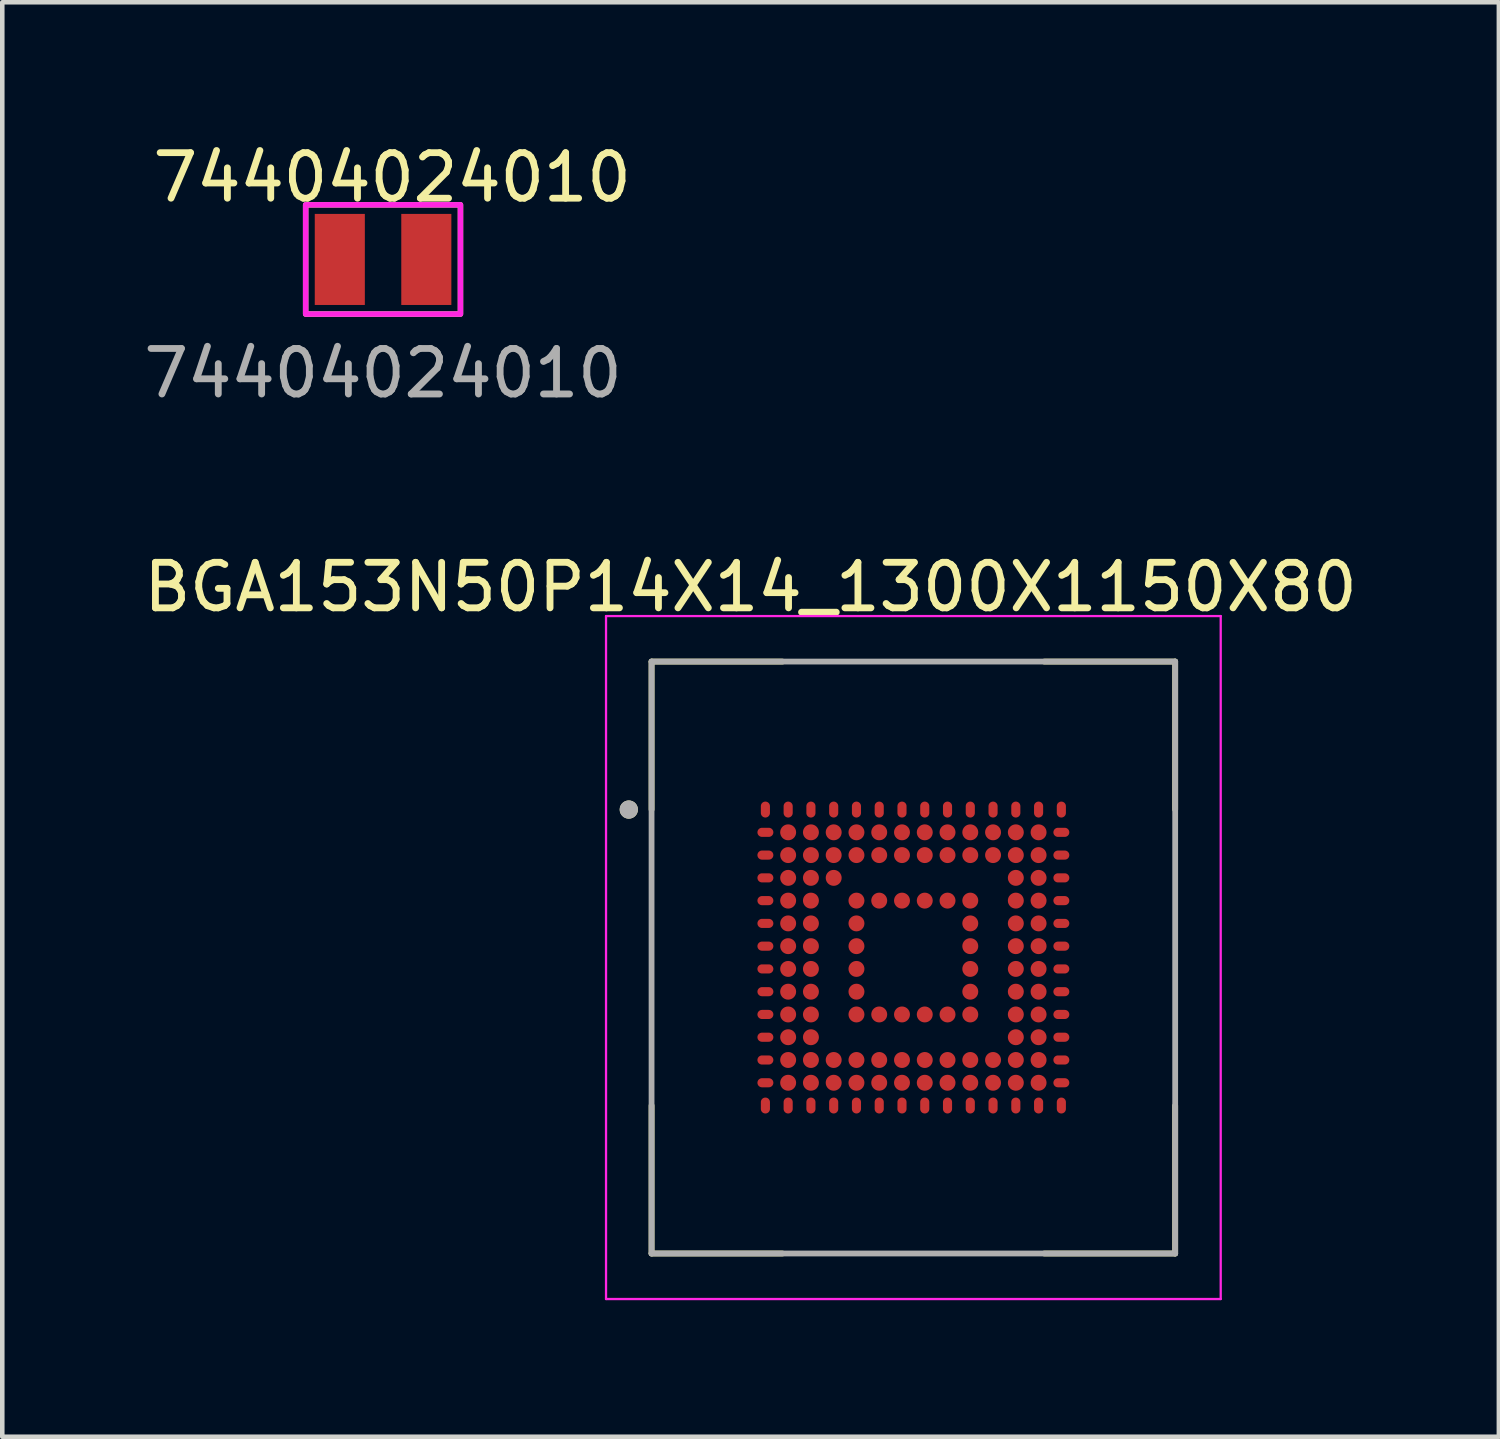
<source format=kicad_pcb>
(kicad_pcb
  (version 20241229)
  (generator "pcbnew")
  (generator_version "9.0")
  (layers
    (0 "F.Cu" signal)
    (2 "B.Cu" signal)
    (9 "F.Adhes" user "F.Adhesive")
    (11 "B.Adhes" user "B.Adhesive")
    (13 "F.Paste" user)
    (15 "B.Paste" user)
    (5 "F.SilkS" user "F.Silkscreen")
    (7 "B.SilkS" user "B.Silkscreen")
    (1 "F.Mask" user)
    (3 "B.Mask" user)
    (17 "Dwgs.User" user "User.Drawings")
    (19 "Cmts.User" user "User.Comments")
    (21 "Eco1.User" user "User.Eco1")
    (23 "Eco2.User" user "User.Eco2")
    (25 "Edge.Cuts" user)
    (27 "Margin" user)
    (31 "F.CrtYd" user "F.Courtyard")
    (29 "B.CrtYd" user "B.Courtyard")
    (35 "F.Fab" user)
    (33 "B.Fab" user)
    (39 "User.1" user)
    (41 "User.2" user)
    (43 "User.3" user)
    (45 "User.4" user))
  (footprint "BGA153N50P14X14_1300X1150X80"
    (layer "F.Cu")
    (at 17.01 17.98)
    (property "Reference" "BGA153N50P14X14_1300X1150X80" (at -3.575 -8.135 0) (layer "F.SilkS") (effects (font (size 1 1) (thickness 0.15))))
    (attr through_hole)
    (fp_line (start -5.75 -6.5) (end -5.75 -3.25) (stroke (width 0.127) (type solid)) (layer "F.SilkS"))
    (fp_line (start -5.75 -6.5) (end -2.875 -6.5) (stroke (width 0.127) (type solid)) (layer "F.SilkS"))
    (fp_line (start -5.75 6.5) (end -5.75 3.25) (stroke (width 0.127) (type solid)) (layer "F.SilkS"))
    (fp_line (start -5.75 6.5) (end -2.875 6.5) (stroke (width 0.127) (type solid)) (layer "F.SilkS"))
    (fp_line (start 5.75 -6.5) (end 2.875 -6.5) (stroke (width 0.127) (type solid)) (layer "F.SilkS"))
    (fp_line (start 5.75 -6.5) (end 5.75 -3.25) (stroke (width 0.127) (type solid)) (layer "F.SilkS"))
    (fp_line (start 5.75 6.5) (end 2.875 6.5) (stroke (width 0.127) (type solid)) (layer "F.SilkS"))
    (fp_line (start 5.75 6.5) (end 5.75 3.25) (stroke (width 0.127) (type solid)) (layer "F.SilkS"))
    (fp_circle (center -6.25 -3.25) (end -6.15 -3.25) (stroke (width 0.2) (type solid)) (fill no) (layer "F.SilkS"))
    (fp_line (start -6.75 -7.5) (end 6.75 -7.5) (stroke (width 0.05) (type solid)) (layer "F.CrtYd"))
    (fp_line (start -6.75 7.5) (end -6.75 -7.5) (stroke (width 0.05) (type solid)) (layer "F.CrtYd"))
    (fp_line (start -6.75 7.5) (end 6.75 7.5) (stroke (width 0.05) (type solid)) (layer "F.CrtYd"))
    (fp_line (start 6.75 7.5) (end 6.75 -7.5) (stroke (width 0.05) (type solid)) (layer "F.CrtYd"))
    (fp_line (start -5.75 6.5) (end -5.75 -6.5) (stroke (width 0.127) (type solid)) (layer "F.Fab"))
    (fp_line (start 5.75 -6.5) (end -5.75 -6.5) (stroke (width 0.127) (type solid)) (layer "F.Fab"))
    (fp_line (start 5.75 6.5) (end -5.75 6.5) (stroke (width 0.127) (type solid)) (layer "F.Fab"))
    (fp_line (start 5.75 6.5) (end 5.75 -6.5) (stroke (width 0.127) (type solid)) (layer "F.Fab"))
    (fp_circle (center -6.25 -3.25) (end -6.15 -3.25) (stroke (width 0.2) (type solid)) (fill no) (layer "F.Fab"))
    (pad "A1" smd oval (at -3.25 -3.25) (size 0.2 0.35) (layers "F.Cu" "F.Mask" "F.Paste"))
    (pad "A2" smd oval (at -2.75 -3.25) (size 0.2 0.35) (layers "F.Cu" "F.Mask" "F.Paste"))
    (pad "A3" smd oval (at -2.25 -3.25) (size 0.2 0.35) (layers "F.Cu" "F.Mask" "F.Paste"))
    (pad "A4" smd oval (at -1.75 -3.25) (size 0.2 0.35) (layers "F.Cu" "F.Mask" "F.Paste"))
    (pad "A5" smd oval (at -1.25 -3.25) (size 0.2 0.35) (layers "F.Cu" "F.Mask" "F.Paste"))
    (pad "A6" smd oval (at -0.75 -3.25) (size 0.2 0.35) (layers "F.Cu" "F.Mask" "F.Paste"))
    (pad "A7" smd oval (at -0.25 -3.25) (size 0.2 0.35) (layers "F.Cu" "F.Mask" "F.Paste"))
    (pad "A8" smd oval (at 0.25 -3.25) (size 0.2 0.35) (layers "F.Cu" "F.Mask" "F.Paste"))
    (pad "A9" smd oval (at 0.75 -3.25) (size 0.2 0.35) (layers "F.Cu" "F.Mask" "F.Paste"))
    (pad "A10" smd oval (at 1.25 -3.25) (size 0.2 0.35) (layers "F.Cu" "F.Mask" "F.Paste"))
    (pad "A11" smd oval (at 1.75 -3.25) (size 0.2 0.35) (layers "F.Cu" "F.Mask" "F.Paste"))
    (pad "A12" smd oval (at 2.25 -3.25) (size 0.2 0.35) (layers "F.Cu" "F.Mask" "F.Paste"))
    (pad "A13" smd oval (at 2.75 -3.25) (size 0.2 0.35) (layers "F.Cu" "F.Mask" "F.Paste"))
    (pad "A14" smd oval (at 3.25 -3.25) (size 0.2 0.35) (layers "F.Cu" "F.Mask" "F.Paste"))
    (pad "B1" smd oval (at -3.25 -2.75 90) (size 0.2 0.35) (layers "F.Cu" "F.Mask" "F.Paste"))
    (pad "B2" smd circle (at -2.75 -2.75) (size 0.35 0.35) (layers "F.Cu" "F.Mask" "F.Paste"))
    (pad "B3" smd circle (at -2.25 -2.75) (size 0.35 0.35) (layers "F.Cu" "F.Mask" "F.Paste"))
    (pad "B4" smd circle (at -1.75 -2.75) (size 0.35 0.35) (layers "F.Cu" "F.Mask" "F.Paste"))
    (pad "B5" smd circle (at -1.25 -2.75) (size 0.35 0.35) (layers "F.Cu" "F.Mask" "F.Paste"))
    (pad "B6" smd circle (at -0.75 -2.75) (size 0.35 0.35) (layers "F.Cu" "F.Mask" "F.Paste"))
    (pad "B7" smd circle (at -0.25 -2.75) (size 0.35 0.35) (layers "F.Cu" "F.Mask" "F.Paste"))
    (pad "B8" smd circle (at 0.25 -2.75) (size 0.35 0.35) (layers "F.Cu" "F.Mask" "F.Paste"))
    (pad "B9" smd circle (at 0.75 -2.75) (size 0.35 0.35) (layers "F.Cu" "F.Mask" "F.Paste"))
    (pad "B10" smd circle (at 1.25 -2.75) (size 0.35 0.35) (layers "F.Cu" "F.Mask" "F.Paste"))
    (pad "B11" smd circle (at 1.75 -2.75) (size 0.35 0.35) (layers "F.Cu" "F.Mask" "F.Paste"))
    (pad "B12" smd circle (at 2.25 -2.75) (size 0.35 0.35) (layers "F.Cu" "F.Mask" "F.Paste"))
    (pad "B13" smd circle (at 2.75 -2.75) (size 0.35 0.35) (layers "F.Cu" "F.Mask" "F.Paste"))
    (pad "B14" smd oval (at 3.25 -2.75 90) (size 0.2 0.35) (layers "F.Cu" "F.Mask" "F.Paste"))
    (pad "C1" smd oval (at -3.25 -2.25 90) (size 0.2 0.35) (layers "F.Cu" "F.Mask" "F.Paste"))
    (pad "C2" smd circle (at -2.75 -2.25) (size 0.35 0.35) (layers "F.Cu" "F.Mask" "F.Paste"))
    (pad "C3" smd circle (at -2.25 -2.25) (size 0.35 0.35) (layers "F.Cu" "F.Mask" "F.Paste"))
    (pad "C4" smd circle (at -1.75 -2.25) (size 0.35 0.35) (layers "F.Cu" "F.Mask" "F.Paste"))
    (pad "C5" smd circle (at -1.25 -2.25) (size 0.35 0.35) (layers "F.Cu" "F.Mask" "F.Paste"))
    (pad "C6" smd circle (at -0.75 -2.25) (size 0.35 0.35) (layers "F.Cu" "F.Mask" "F.Paste"))
    (pad "C7" smd circle (at -0.25 -2.25) (size 0.35 0.35) (layers "F.Cu" "F.Mask" "F.Paste"))
    (pad "C8" smd circle (at 0.25 -2.25) (size 0.35 0.35) (layers "F.Cu" "F.Mask" "F.Paste"))
    (pad "C9" smd circle (at 0.75 -2.25) (size 0.35 0.35) (layers "F.Cu" "F.Mask" "F.Paste"))
    (pad "C10" smd circle (at 1.25 -2.25) (size 0.35 0.35) (layers "F.Cu" "F.Mask" "F.Paste"))
    (pad "C11" smd circle (at 1.75 -2.25) (size 0.35 0.35) (layers "F.Cu" "F.Mask" "F.Paste"))
    (pad "C12" smd circle (at 2.25 -2.25) (size 0.35 0.35) (layers "F.Cu" "F.Mask" "F.Paste"))
    (pad "C13" smd circle (at 2.75 -2.25) (size 0.35 0.35) (layers "F.Cu" "F.Mask" "F.Paste"))
    (pad "C14" smd oval (at 3.25 -2.25 90) (size 0.2 0.35) (layers "F.Cu" "F.Mask" "F.Paste"))
    (pad "D1" smd oval (at -3.25 -1.75 90) (size 0.2 0.35) (layers "F.Cu" "F.Mask" "F.Paste"))
    (pad "D2" smd circle (at -2.75 -1.75) (size 0.35 0.35) (layers "F.Cu" "F.Mask" "F.Paste"))
    (pad "D3" smd circle (at -2.25 -1.75) (size 0.35 0.35) (layers "F.Cu" "F.Mask" "F.Paste"))
    (pad "D4" smd circle (at -1.75 -1.75) (size 0.35 0.35) (layers "F.Cu" "F.Mask" "F.Paste"))
    (pad "D12" smd circle (at 2.25 -1.75) (size 0.35 0.35) (layers "F.Cu" "F.Mask" "F.Paste"))
    (pad "D13" smd circle (at 2.75 -1.75) (size 0.35 0.35) (layers "F.Cu" "F.Mask" "F.Paste"))
    (pad "D14" smd oval (at 3.25 -1.75 90) (size 0.2 0.35) (layers "F.Cu" "F.Mask" "F.Paste"))
    (pad "E1" smd oval (at -3.25 -1.25 90) (size 0.2 0.35) (layers "F.Cu" "F.Mask" "F.Paste"))
    (pad "E2" smd circle (at -2.75 -1.25) (size 0.35 0.35) (layers "F.Cu" "F.Mask" "F.Paste"))
    (pad "E3" smd circle (at -2.25 -1.25) (size 0.35 0.35) (layers "F.Cu" "F.Mask" "F.Paste"))
    (pad "E5" smd circle (at -1.25 -1.25) (size 0.35 0.35) (layers "F.Cu" "F.Mask" "F.Paste"))
    (pad "E6" smd circle (at -0.75 -1.25) (size 0.35 0.35) (layers "F.Cu" "F.Mask" "F.Paste"))
    (pad "E7" smd circle (at -0.25 -1.25) (size 0.35 0.35) (layers "F.Cu" "F.Mask" "F.Paste"))
    (pad "E8" smd circle (at 0.25 -1.25) (size 0.35 0.35) (layers "F.Cu" "F.Mask" "F.Paste"))
    (pad "E9" smd circle (at 0.75 -1.25) (size 0.35 0.35) (layers "F.Cu" "F.Mask" "F.Paste"))
    (pad "E10" smd circle (at 1.25 -1.25) (size 0.35 0.35) (layers "F.Cu" "F.Mask" "F.Paste"))
    (pad "E12" smd circle (at 2.25 -1.25) (size 0.35 0.35) (layers "F.Cu" "F.Mask" "F.Paste"))
    (pad "E13" smd circle (at 2.75 -1.25) (size 0.35 0.35) (layers "F.Cu" "F.Mask" "F.Paste"))
    (pad "E14" smd oval (at 3.25 -1.25 90) (size 0.2 0.35) (layers "F.Cu" "F.Mask" "F.Paste"))
    (pad "F1" smd oval (at -3.25 -0.75 90) (size 0.2 0.35) (layers "F.Cu" "F.Mask" "F.Paste"))
    (pad "F2" smd circle (at -2.75 -0.75) (size 0.35 0.35) (layers "F.Cu" "F.Mask" "F.Paste"))
    (pad "F3" smd circle (at -2.25 -0.75) (size 0.35 0.35) (layers "F.Cu" "F.Mask" "F.Paste"))
    (pad "F5" smd circle (at -1.25 -0.75) (size 0.35 0.35) (layers "F.Cu" "F.Mask" "F.Paste"))
    (pad "F10" smd circle (at 1.25 -0.75) (size 0.35 0.35) (layers "F.Cu" "F.Mask" "F.Paste"))
    (pad "F12" smd circle (at 2.25 -0.75) (size 0.35 0.35) (layers "F.Cu" "F.Mask" "F.Paste"))
    (pad "F13" smd circle (at 2.75 -0.75) (size 0.35 0.35) (layers "F.Cu" "F.Mask" "F.Paste"))
    (pad "F14" smd oval (at 3.25 -0.75 90) (size 0.2 0.35) (layers "F.Cu" "F.Mask" "F.Paste"))
    (pad "G1" smd oval (at -3.25 -0.25 90) (size 0.2 0.35) (layers "F.Cu" "F.Mask" "F.Paste"))
    (pad "G2" smd circle (at -2.75 -0.25) (size 0.35 0.35) (layers "F.Cu" "F.Mask" "F.Paste"))
    (pad "G3" smd circle (at -2.25 -0.25) (size 0.35 0.35) (layers "F.Cu" "F.Mask" "F.Paste"))
    (pad "G5" smd circle (at -1.25 -0.25) (size 0.35 0.35) (layers "F.Cu" "F.Mask" "F.Paste"))
    (pad "G10" smd circle (at 1.25 -0.25) (size 0.35 0.35) (layers "F.Cu" "F.Mask" "F.Paste"))
    (pad "G12" smd circle (at 2.25 -0.25) (size 0.35 0.35) (layers "F.Cu" "F.Mask" "F.Paste"))
    (pad "G13" smd circle (at 2.75 -0.25) (size 0.35 0.35) (layers "F.Cu" "F.Mask" "F.Paste"))
    (pad "G14" smd oval (at 3.25 -0.25 90) (size 0.2 0.35) (layers "F.Cu" "F.Mask" "F.Paste"))
    (pad "H1" smd oval (at -3.25 0.25 90) (size 0.2 0.35) (layers "F.Cu" "F.Mask" "F.Paste"))
    (pad "H2" smd circle (at -2.75 0.25) (size 0.35 0.35) (layers "F.Cu" "F.Mask" "F.Paste"))
    (pad "H3" smd circle (at -2.25 0.25) (size 0.35 0.35) (layers "F.Cu" "F.Mask" "F.Paste"))
    (pad "H5" smd circle (at -1.25 0.25) (size 0.35 0.35) (layers "F.Cu" "F.Mask" "F.Paste"))
    (pad "H10" smd circle (at 1.25 0.25) (size 0.35 0.35) (layers "F.Cu" "F.Mask" "F.Paste"))
    (pad "H12" smd circle (at 2.25 0.25) (size 0.35 0.35) (layers "F.Cu" "F.Mask" "F.Paste"))
    (pad "H13" smd circle (at 2.75 0.25) (size 0.35 0.35) (layers "F.Cu" "F.Mask" "F.Paste"))
    (pad "H14" smd oval (at 3.25 0.25 90) (size 0.2 0.35) (layers "F.Cu" "F.Mask" "F.Paste"))
    (pad "J1" smd oval (at -3.25 0.75 90) (size 0.2 0.35) (layers "F.Cu" "F.Mask" "F.Paste"))
    (pad "J2" smd circle (at -2.75 0.75) (size 0.35 0.35) (layers "F.Cu" "F.Mask" "F.Paste"))
    (pad "J3" smd circle (at -2.25 0.75) (size 0.35 0.35) (layers "F.Cu" "F.Mask" "F.Paste"))
    (pad "J5" smd circle (at -1.25 0.75) (size 0.35 0.35) (layers "F.Cu" "F.Mask" "F.Paste"))
    (pad "J10" smd circle (at 1.25 0.75) (size 0.35 0.35) (layers "F.Cu" "F.Mask" "F.Paste"))
    (pad "J12" smd circle (at 2.25 0.75) (size 0.35 0.35) (layers "F.Cu" "F.Mask" "F.Paste"))
    (pad "J13" smd circle (at 2.75 0.75) (size 0.35 0.35) (layers "F.Cu" "F.Mask" "F.Paste"))
    (pad "J14" smd oval (at 3.25 0.75 90) (size 0.2 0.35) (layers "F.Cu" "F.Mask" "F.Paste"))
    (pad "K1" smd oval (at -3.25 1.25 90) (size 0.2 0.35) (layers "F.Cu" "F.Mask" "F.Paste"))
    (pad "K2" smd circle (at -2.75 1.25) (size 0.35 0.35) (layers "F.Cu" "F.Mask" "F.Paste"))
    (pad "K3" smd circle (at -2.25 1.25) (size 0.35 0.35) (layers "F.Cu" "F.Mask" "F.Paste"))
    (pad "K5" smd circle (at -1.25 1.25) (size 0.35 0.35) (layers "F.Cu" "F.Mask" "F.Paste"))
    (pad "K6" smd circle (at -0.75 1.25) (size 0.35 0.35) (layers "F.Cu" "F.Mask" "F.Paste"))
    (pad "K7" smd circle (at -0.25 1.25) (size 0.35 0.35) (layers "F.Cu" "F.Mask" "F.Paste"))
    (pad "K8" smd circle (at 0.25 1.25) (size 0.35 0.35) (layers "F.Cu" "F.Mask" "F.Paste"))
    (pad "K9" smd circle (at 0.75 1.25) (size 0.35 0.35) (layers "F.Cu" "F.Mask" "F.Paste"))
    (pad "K10" smd circle (at 1.25 1.25) (size 0.35 0.35) (layers "F.Cu" "F.Mask" "F.Paste"))
    (pad "K12" smd circle (at 2.25 1.25) (size 0.35 0.35) (layers "F.Cu" "F.Mask" "F.Paste"))
    (pad "K13" smd circle (at 2.75 1.25) (size 0.35 0.35) (layers "F.Cu" "F.Mask" "F.Paste"))
    (pad "K14" smd oval (at 3.25 1.25 90) (size 0.2 0.35) (layers "F.Cu" "F.Mask" "F.Paste"))
    (pad "L1" smd oval (at -3.25 1.75 90) (size 0.2 0.35) (layers "F.Cu" "F.Mask" "F.Paste"))
    (pad "L2" smd circle (at -2.75 1.75) (size 0.35 0.35) (layers "F.Cu" "F.Mask" "F.Paste"))
    (pad "L3" smd circle (at -2.25 1.75) (size 0.35 0.35) (layers "F.Cu" "F.Mask" "F.Paste"))
    (pad "L12" smd circle (at 2.25 1.75) (size 0.35 0.35) (layers "F.Cu" "F.Mask" "F.Paste"))
    (pad "L13" smd circle (at 2.75 1.75) (size 0.35 0.35) (layers "F.Cu" "F.Mask" "F.Paste"))
    (pad "L14" smd oval (at 3.25 1.75 90) (size 0.2 0.35) (layers "F.Cu" "F.Mask" "F.Paste"))
    (pad "M1" smd oval (at -3.25 2.25 90) (size 0.2 0.35) (layers "F.Cu" "F.Mask" "F.Paste"))
    (pad "M2" smd circle (at -2.75 2.25) (size 0.35 0.35) (layers "F.Cu" "F.Mask" "F.Paste"))
    (pad "M3" smd circle (at -2.25 2.25) (size 0.35 0.35) (layers "F.Cu" "F.Mask" "F.Paste"))
    (pad "M4" smd circle (at -1.75 2.25) (size 0.35 0.35) (layers "F.Cu" "F.Mask" "F.Paste"))
    (pad "M5" smd circle (at -1.25 2.25) (size 0.35 0.35) (layers "F.Cu" "F.Mask" "F.Paste"))
    (pad "M6" smd circle (at -0.75 2.25) (size 0.35 0.35) (layers "F.Cu" "F.Mask" "F.Paste"))
    (pad "M7" smd circle (at -0.25 2.25) (size 0.35 0.35) (layers "F.Cu" "F.Mask" "F.Paste"))
    (pad "M8" smd circle (at 0.25 2.25) (size 0.35 0.35) (layers "F.Cu" "F.Mask" "F.Paste"))
    (pad "M9" smd circle (at 0.75 2.25) (size 0.35 0.35) (layers "F.Cu" "F.Mask" "F.Paste"))
    (pad "M10" smd circle (at 1.25 2.25) (size 0.35 0.35) (layers "F.Cu" "F.Mask" "F.Paste"))
    (pad "M11" smd circle (at 1.75 2.25) (size 0.35 0.35) (layers "F.Cu" "F.Mask" "F.Paste"))
    (pad "M12" smd circle (at 2.25 2.25) (size 0.35 0.35) (layers "F.Cu" "F.Mask" "F.Paste"))
    (pad "M13" smd circle (at 2.75 2.25) (size 0.35 0.35) (layers "F.Cu" "F.Mask" "F.Paste"))
    (pad "M14" smd oval (at 3.25 2.25 90) (size 0.2 0.35) (layers "F.Cu" "F.Mask" "F.Paste"))
    (pad "N1" smd oval (at -3.25 2.75 90) (size 0.2 0.35) (layers "F.Cu" "F.Mask" "F.Paste"))
    (pad "N2" smd circle (at -2.75 2.75) (size 0.35 0.35) (layers "F.Cu" "F.Mask" "F.Paste"))
    (pad "N3" smd circle (at -2.25 2.75) (size 0.35 0.35) (layers "F.Cu" "F.Mask" "F.Paste"))
    (pad "N4" smd circle (at -1.75 2.75) (size 0.35 0.35) (layers "F.Cu" "F.Mask" "F.Paste"))
    (pad "N5" smd circle (at -1.25 2.75) (size 0.35 0.35) (layers "F.Cu" "F.Mask" "F.Paste"))
    (pad "N6" smd circle (at -0.75 2.75) (size 0.35 0.35) (layers "F.Cu" "F.Mask" "F.Paste"))
    (pad "N7" smd circle (at -0.25 2.75) (size 0.35 0.35) (layers "F.Cu" "F.Mask" "F.Paste"))
    (pad "N8" smd circle (at 0.25 2.75) (size 0.35 0.35) (layers "F.Cu" "F.Mask" "F.Paste"))
    (pad "N9" smd circle (at 0.75 2.75) (size 0.35 0.35) (layers "F.Cu" "F.Mask" "F.Paste"))
    (pad "N10" smd circle (at 1.25 2.75) (size 0.35 0.35) (layers "F.Cu" "F.Mask" "F.Paste"))
    (pad "N11" smd circle (at 1.75 2.75) (size 0.35 0.35) (layers "F.Cu" "F.Mask" "F.Paste"))
    (pad "N12" smd circle (at 2.25 2.75) (size 0.35 0.35) (layers "F.Cu" "F.Mask" "F.Paste"))
    (pad "N13" smd circle (at 2.75 2.75) (size 0.35 0.35) (layers "F.Cu" "F.Mask" "F.Paste"))
    (pad "N14" smd oval (at 3.25 2.75 90) (size 0.2 0.35) (layers "F.Cu" "F.Mask" "F.Paste"))
    (pad "P1" smd oval (at -3.25 3.25) (size 0.2 0.35) (layers "F.Cu" "F.Mask" "F.Paste"))
    (pad "P2" smd oval (at -2.75 3.25) (size 0.2 0.35) (layers "F.Cu" "F.Mask" "F.Paste"))
    (pad "P3" smd oval (at -2.25 3.25) (size 0.2 0.35) (layers "F.Cu" "F.Mask" "F.Paste"))
    (pad "P4" smd oval (at -1.75 3.25) (size 0.2 0.35) (layers "F.Cu" "F.Mask" "F.Paste"))
    (pad "P5" smd oval (at -1.25 3.25) (size 0.2 0.35) (layers "F.Cu" "F.Mask" "F.Paste"))
    (pad "P6" smd oval (at -0.75 3.25) (size 0.2 0.35) (layers "F.Cu" "F.Mask" "F.Paste"))
    (pad "P7" smd oval (at -0.25 3.25) (size 0.2 0.35) (layers "F.Cu" "F.Mask" "F.Paste"))
    (pad "P8" smd oval (at 0.25 3.25) (size 0.2 0.35) (layers "F.Cu" "F.Mask" "F.Paste"))
    (pad "P9" smd oval (at 0.75 3.25) (size 0.2 0.35) (layers "F.Cu" "F.Mask" "F.Paste"))
    (pad "P10" smd oval (at 1.25 3.25) (size 0.2 0.35) (layers "F.Cu" "F.Mask" "F.Paste"))
    (pad "P11" smd oval (at 1.75 3.25) (size 0.2 0.35) (layers "F.Cu" "F.Mask" "F.Paste"))
    (pad "P12" smd oval (at 2.25 3.25) (size 0.2 0.35) (layers "F.Cu" "F.Mask" "F.Paste"))
    (pad "P13" smd oval (at 2.75 3.25) (size 0.2 0.35) (layers "F.Cu" "F.Mask" "F.Paste"))
    (pad "P14" smd oval (at 3.25 3.25) (size 0.2 0.35) (layers "F.Cu" "F.Mask" "F.Paste")))
  (footprint "74404024010"
    (layer "F.Cu")
    (at 5.363 2.648)
    (property "Reference" "74404024010" (at 0.2 -1.8 0) (unlocked yes) (layer "F.SilkS") (effects (font (size 1 1) (thickness 0.15))))
    (fp_rect (start -1.7 -1.2) (end 1.7 1.2) (stroke (width 0.12) (type solid)) (fill no) (layer "F.SilkS"))
    (fp_rect (start -1.7 -1.2) (end 1.7 1.2) (stroke (width 0.12) (type solid)) (fill no) (layer "F.CrtYd"))
    (fp_text user "${REFERENCE}" (at 0 2.5 0) (unlocked yes) (layer "F.Fab") (effects (font (size 1 1) (thickness 0.15))))
    (pad "1" smd rect (at 0.95 0) (size 1.1 2) (layers "F.Cu" "F.Mask" "F.Paste"))
    (pad "2" smd rect (at -0.95 0) (size 1.1 2) (layers "F.Cu" "F.Mask" "F.Paste")))
  (gr_rect
    (start -3 -3)
    (end 29.869 28.505)
    (stroke (width 0.1) (type default))
    (fill no)
    (layer "Edge.Cuts")))
</source>
